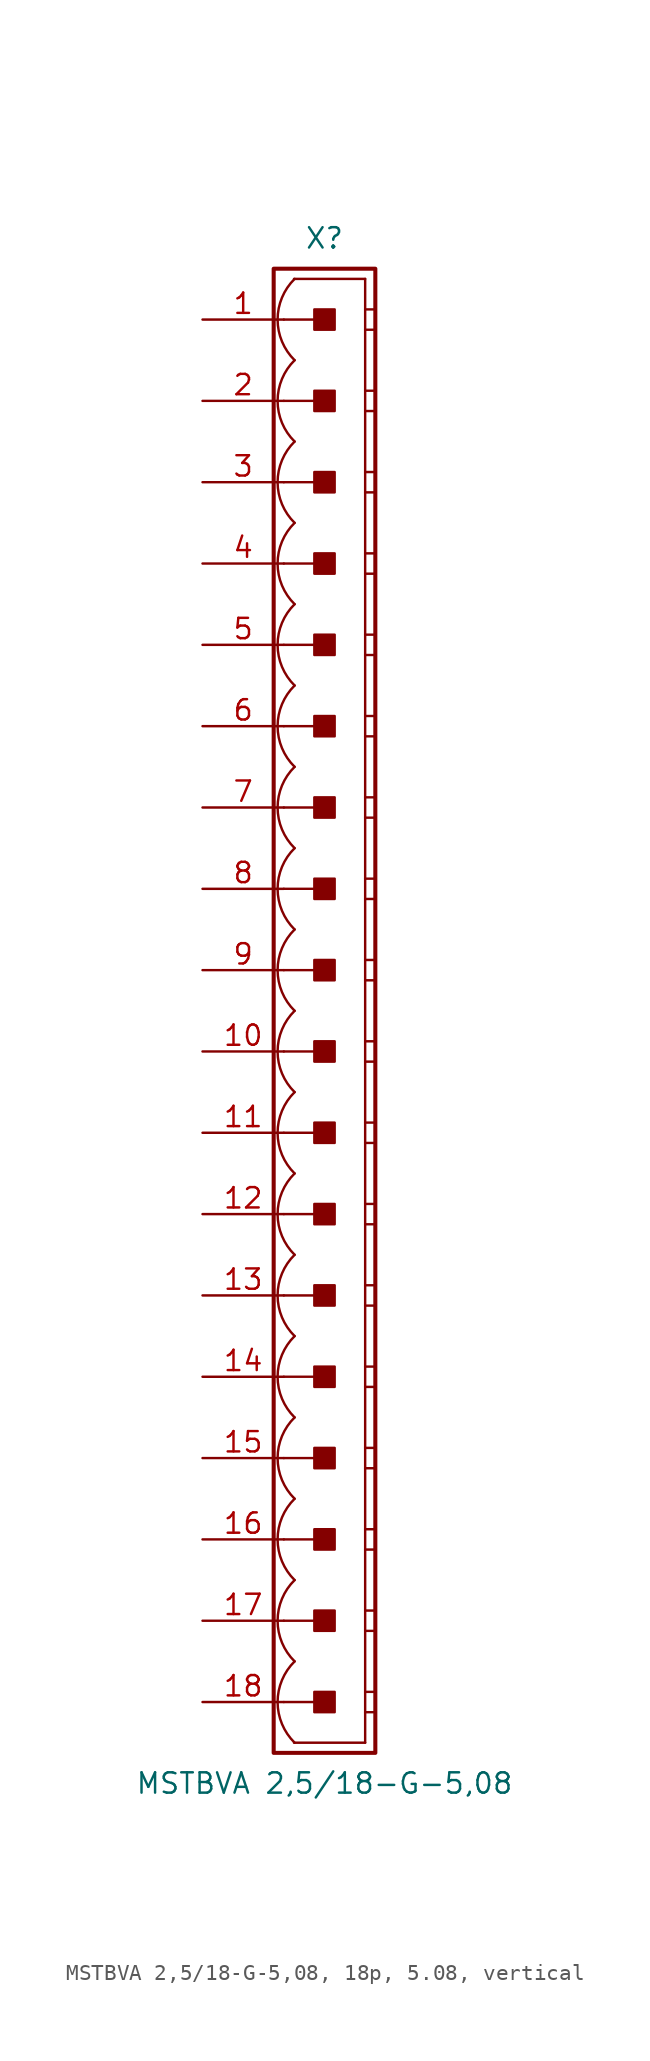
<source format=kicad_sym>
(kicad_symbol_lib
  (version 20241209)
  (generator "kicad_symbol_editor")
  (generator_version "9.0")
  (symbol "MSTBVA 2,5/18-G-5,08, 18p, 5.08, vertical"
    (pin_names
      (offset 1.016)
      (hide yes))
    (property "Reference" "X"
      (at 0 48.26 0)
      (effects (font (size 1.27 1.27))))
    (property "Value" "MSTBVA 2,5/18-G-5,08"
      (at 0 -48.26 0)
      (effects (font (size 1.27 1.27))))
    (property "Label" ""
      (at 0 0 0)
      (effects (font (size 1.27 1.27) (thickness 0.254) (bold yes))))
    (symbol "MSTBVA 2,5/18-G-5,08, 18p, 5.08, vertical_0_1"
      (polyline (pts (xy 2.54 45.72) (xy -1.905 45.72)) (stroke (width 0.152) (type default)) (fill (type none)))
      (polyline (pts (xy 2.54 45.72) (xy 2.54 -45.72)) (stroke (width 0.152) (type default)) (fill (type none)))
      (polyline (pts (xy 2.54 43.815) (xy 3.175 43.815)) (stroke (width 0.152) (type default)) (fill (type none)))
      (polyline (pts (xy 2.54 42.545) (xy 3.175 42.545)) (stroke (width 0.152) (type default)) (fill (type none)))
      (polyline (pts (xy 2.54 38.735) (xy 3.175 38.735)) (stroke (width 0.152) (type default)) (fill (type none)))
      (polyline (pts (xy 2.54 37.465) (xy 3.175 37.465)) (stroke (width 0.152) (type default)) (fill (type none)))
      (polyline (pts (xy 2.54 33.655) (xy 3.175 33.655)) (stroke (width 0.152) (type default)) (fill (type none)))
      (polyline (pts (xy 2.54 32.385) (xy 3.175 32.385)) (stroke (width 0.152) (type default)) (fill (type none)))
      (polyline (pts (xy 2.54 28.575) (xy 3.175 28.575)) (stroke (width 0.152) (type default)) (fill (type none)))
      (polyline (pts (xy 2.54 27.305) (xy 3.175 27.305)) (stroke (width 0.152) (type default)) (fill (type none)))
      (polyline (pts (xy 2.54 23.495) (xy 3.175 23.495)) (stroke (width 0.152) (type default)) (fill (type none)))
      (polyline (pts (xy 2.54 22.225) (xy 3.175 22.225)) (stroke (width 0.152) (type default)) (fill (type none)))
      (polyline (pts (xy 2.54 18.415) (xy 3.175 18.415)) (stroke (width 0.152) (type default)) (fill (type none)))
      (polyline (pts (xy 2.54 17.145) (xy 3.175 17.145)) (stroke (width 0.152) (type default)) (fill (type none)))
      (polyline (pts (xy 2.54 13.335) (xy 3.175 13.335)) (stroke (width 0.152) (type default)) (fill (type none)))
      (polyline (pts (xy 2.54 12.065) (xy 3.175 12.065)) (stroke (width 0.152) (type default)) (fill (type none)))
      (polyline (pts (xy 2.54 8.255) (xy 3.175 8.255)) (stroke (width 0.152) (type default)) (fill (type none)))
      (polyline (pts (xy 2.54 6.985) (xy 3.175 6.985)) (stroke (width 0.152) (type default)) (fill (type none)))
      (polyline (pts (xy 2.54 3.175) (xy 3.175 3.175)) (stroke (width 0.152) (type default)) (fill (type none)))
      (polyline (pts (xy 2.54 1.905) (xy 3.175 1.905)) (stroke (width 0.152) (type default)) (fill (type none)))
      (polyline (pts (xy 2.54 -1.905) (xy 3.175 -1.905)) (stroke (width 0.152) (type default)) (fill (type none)))
      (polyline (pts (xy 2.54 -3.175) (xy 3.175 -3.175)) (stroke (width 0.152) (type default)) (fill (type none)))
      (polyline (pts (xy 2.54 -6.985) (xy 3.175 -6.985)) (stroke (width 0.152) (type default)) (fill (type none)))
      (polyline (pts (xy 2.54 -8.255) (xy 3.175 -8.255)) (stroke (width 0.152) (type default)) (fill (type none)))
      (polyline (pts (xy 2.54 -12.065) (xy 3.175 -12.065)) (stroke (width 0.152) (type default)) (fill (type none)))
      (polyline (pts (xy 2.54 -13.335) (xy 3.175 -13.335)) (stroke (width 0.152) (type default)) (fill (type none)))
      (polyline (pts (xy 2.54 -17.145) (xy 3.175 -17.145)) (stroke (width 0.152) (type default)) (fill (type none)))
      (polyline (pts (xy 2.54 -18.415) (xy 3.175 -18.415)) (stroke (width 0.152) (type default)) (fill (type none)))
      (polyline (pts (xy 2.54 -22.225) (xy 3.175 -22.225)) (stroke (width 0.152) (type default)) (fill (type none)))
      (polyline (pts (xy 2.54 -23.495) (xy 3.175 -23.495)) (stroke (width 0.152) (type default)) (fill (type none)))
      (polyline (pts (xy 2.54 -27.305) (xy 3.175 -27.305)) (stroke (width 0.152) (type default)) (fill (type none)))
      (polyline (pts (xy 2.54 -28.575) (xy 3.175 -28.575)) (stroke (width 0.152) (type default)) (fill (type none)))
      (polyline (pts (xy 2.54 -32.385) (xy 3.175 -32.385)) (stroke (width 0.152) (type default)) (fill (type none)))
      (polyline (pts (xy 2.54 -33.655) (xy 3.175 -33.655)) (stroke (width 0.152) (type default)) (fill (type none)))
      (polyline (pts (xy 2.54 -37.465) (xy 3.175 -37.465)) (stroke (width 0.152) (type default)) (fill (type none)))
      (polyline (pts (xy 2.54 -38.735) (xy 3.175 -38.735)) (stroke (width 0.152) (type default)) (fill (type none)))
      (polyline (pts (xy 2.54 -42.545) (xy 3.175 -42.545)) (stroke (width 0.152) (type default)) (fill (type none)))
      (polyline (pts (xy 2.54 -43.815) (xy 3.175 -43.815)) (stroke (width 0.152) (type default)) (fill (type none)))
      (polyline (pts (xy 2.54 -45.72) (xy -1.905 -45.72)) (stroke (width 0.152) (type default)) (fill (type none))))
    (symbol "MSTBVA 2,5/18-G-5,08, 18p, 5.08, vertical_1_0"
      (polyline (pts (xy -2.54 43.18) (xy 0 43.18)) (stroke (width 0.152) (type default)) (fill (type none)))
      (polyline (pts (xy -2.54 38.1) (xy 0 38.1)) (stroke (width 0.152) (type default)) (fill (type none)))
      (polyline (pts (xy -2.54 33.02) (xy 0 33.02)) (stroke (width 0.152) (type default)) (fill (type none)))
      (polyline (pts (xy -2.54 27.94) (xy 0 27.94)) (stroke (width 0.152) (type default)) (fill (type none)))
      (polyline (pts (xy -2.54 22.86) (xy 0 22.86)) (stroke (width 0.152) (type default)) (fill (type none)))
      (polyline (pts (xy -2.54 17.78) (xy 0 17.78)) (stroke (width 0.152) (type default)) (fill (type none)))
      (polyline (pts (xy -2.54 12.7) (xy 0 12.7)) (stroke (width 0.152) (type default)) (fill (type none)))
      (polyline (pts (xy -2.54 7.62) (xy 0 7.62)) (stroke (width 0.152) (type default)) (fill (type none)))
      (polyline (pts (xy -2.54 2.54) (xy 0 2.54)) (stroke (width 0.152) (type default)) (fill (type none)))
      (polyline (pts (xy -2.54 -2.54) (xy 0 -2.54)) (stroke (width 0.152) (type default)) (fill (type none)))
      (polyline (pts (xy -2.54 -7.62) (xy 0 -7.62)) (stroke (width 0.152) (type default)) (fill (type none)))
      (polyline (pts (xy -2.54 -12.7) (xy 0 -12.7)) (stroke (width 0.152) (type default)) (fill (type none)))
      (polyline (pts (xy -2.54 -17.78) (xy 0 -17.78)) (stroke (width 0.152) (type default)) (fill (type none)))
      (polyline (pts (xy -2.54 -22.86) (xy 0 -22.86)) (stroke (width 0.152) (type default)) (fill (type none)))
      (polyline (pts (xy -2.54 -27.94) (xy 0 -27.94)) (stroke (width 0.152) (type default)) (fill (type none)))
      (polyline (pts (xy -2.54 -33.02) (xy 0 -33.02)) (stroke (width 0.152) (type default)) (fill (type none)))
      (polyline (pts (xy -2.54 -38.1) (xy 0 -38.1)) (stroke (width 0.152) (type default)) (fill (type none)))
      (polyline (pts (xy -2.54 -43.18) (xy 0 -43.18)) (stroke (width 0.152) (type default)) (fill (type none))))
    (symbol "MSTBVA 2,5/18-G-5,08, 18p, 5.08, vertical_1_1"
      (rectangle (start -3.175 46.355) (end 3.175 -46.355) (stroke (width 0.254) (type default)) (fill (type none)))
      (rectangle (start -0.635 42.545) (end 0.635 43.815) (stroke (width 0.152) (type default)) (fill (type outline)))
      (rectangle (start -0.635 37.465) (end 0.635 38.735) (stroke (width 0.152) (type default)) (fill (type outline)))
      (rectangle (start -0.635 32.385) (end 0.635 33.655) (stroke (width 0.152) (type default)) (fill (type outline)))
      (rectangle (start -0.635 27.305) (end 0.635 28.575) (stroke (width 0.152) (type default)) (fill (type outline)))
      (rectangle (start -0.635 22.225) (end 0.635 23.495) (stroke (width 0.152) (type default)) (fill (type outline)))
      (rectangle (start -0.635 17.145) (end 0.635 18.415) (stroke (width 0.152) (type default)) (fill (type outline)))
      (rectangle (start -0.635 12.065) (end 0.635 13.335) (stroke (width 0.152) (type default)) (fill (type outline)))
      (rectangle (start -0.635 6.985) (end 0.635 8.255) (stroke (width 0.152) (type default)) (fill (type outline)))
      (rectangle (start -0.635 1.905) (end 0.635 3.175) (stroke (width 0.152) (type default)) (fill (type outline)))
      (rectangle (start -0.635 -3.175) (end 0.635 -1.905) (stroke (width 0.152) (type default)) (fill (type outline)))
      (rectangle (start -0.635 -8.255) (end 0.635 -6.985) (stroke (width 0.152) (type default)) (fill (type outline)))
      (rectangle (start -0.635 -13.335) (end 0.635 -12.065) (stroke (width 0.152) (type default)) (fill (type outline)))
      (rectangle (start -0.635 -18.415) (end 0.635 -17.145) (stroke (width 0.152) (type default)) (fill (type outline)))
      (rectangle (start -0.635 -23.495) (end 0.635 -22.225) (stroke (width 0.152) (type default)) (fill (type outline)))
      (rectangle (start -0.635 -28.575) (end 0.635 -27.305) (stroke (width 0.152) (type default)) (fill (type outline)))
      (rectangle (start -0.635 -33.655) (end 0.635 -32.385) (stroke (width 0.152) (type default)) (fill (type outline)))
      (rectangle (start -0.635 -38.735) (end 0.635 -37.465) (stroke (width 0.152) (type default)) (fill (type outline)))
      (rectangle (start -0.635 -43.815) (end 0.635 -42.545) (stroke (width 0.152) (type default)) (fill (type outline)))
      (arc (start -1.8664 40.64) (mid -2.9299 43.18) (end -1.8664 45.72) (stroke (width 0.1524) (type default)) (fill (type none)))
      (arc (start -1.8664 35.56) (mid -2.9299 38.1) (end -1.8664 40.64) (stroke (width 0.1524) (type default)) (fill (type none)))
      (arc (start -1.8664 30.48) (mid -2.9299 33.02) (end -1.8664 35.56) (stroke (width 0.1524) (type default)) (fill (type none)))
      (arc (start -1.8664 25.4) (mid -2.9299 27.94) (end -1.8664 30.48) (stroke (width 0.1524) (type default)) (fill (type none)))
      (arc (start -1.8664 20.32) (mid -2.9299 22.86) (end -1.8664 25.4) (stroke (width 0.1524) (type default)) (fill (type none)))
      (arc (start -1.8664 15.24) (mid -2.9299 17.78) (end -1.8664 20.32) (stroke (width 0.1524) (type default)) (fill (type none)))
      (arc (start -1.8664 10.16) (mid -2.9299 12.7) (end -1.8664 15.24) (stroke (width 0.1524) (type default)) (fill (type none)))
      (arc (start -1.8664 5.08) (mid -2.9299 7.62) (end -1.8664 10.16) (stroke (width 0.1524) (type default)) (fill (type none)))
      (arc (start -1.8664 0) (mid -2.9299 2.54) (end -1.8664 5.08) (stroke (width 0.1524) (type default)) (fill (type none)))
      (arc (start -1.8664 -5.08) (mid -2.9299 -2.54) (end -1.8664 0) (stroke (width 0.1524) (type default)) (fill (type none)))
      (arc (start -1.8664 -10.16) (mid -2.9299 -7.62) (end -1.8664 -5.08) (stroke (width 0.1524) (type default)) (fill (type none)))
      (arc (start -1.8664 -15.24) (mid -2.9299 -12.7) (end -1.8664 -10.16) (stroke (width 0.1524) (type default)) (fill (type none)))
      (arc (start -1.8664 -20.32) (mid -2.9299 -17.78) (end -1.8664 -15.24) (stroke (width 0.1524) (type default)) (fill (type none)))
      (arc (start -1.8664 -25.4) (mid -2.9299 -22.86) (end -1.8664 -20.32) (stroke (width 0.1524) (type default)) (fill (type none)))
      (arc (start -1.8664 -30.48) (mid -2.9299 -27.94) (end -1.8664 -25.4) (stroke (width 0.1524) (type default)) (fill (type none)))
      (arc (start -1.8664 -35.56) (mid -2.9299 -33.02) (end -1.8664 -30.48) (stroke (width 0.1524) (type default)) (fill (type none)))
      (arc (start -1.8664 -40.64) (mid -2.9299 -38.1) (end -1.8664 -35.56) (stroke (width 0.1524) (type default)) (fill (type none)))
      (arc (start -1.8664 -45.72) (mid -2.9299 -43.18) (end -1.8664 -40.64) (stroke (width 0.1524) (type default)) (fill (type none)))
      (pin passive line (at -7.62 43.18 0) (length 5.08) (name "1" (effects (font (size 1.27 1.27)))) (number "1" (effects (font (size 1.27 1.27)))))
      (pin passive line (at -7.62 38.1 0) (length 5.08) (name "2" (effects (font (size 1.27 1.27)))) (number "2" (effects (font (size 1.27 1.27)))))
      (pin passive line (at -7.62 33.02 0) (length 5.08) (name "3" (effects (font (size 1.27 1.27)))) (number "3" (effects (font (size 1.27 1.27)))))
      (pin passive line (at -7.62 27.94 0) (length 5.08) (name "4" (effects (font (size 1.27 1.27)))) (number "4" (effects (font (size 1.27 1.27)))))
      (pin passive line (at -7.62 22.86 0) (length 5.08) (name "5" (effects (font (size 1.27 1.27)))) (number "5" (effects (font (size 1.27 1.27)))))
      (pin passive line (at -7.62 17.78 0) (length 5.08) (name "6" (effects (font (size 1.27 1.27)))) (number "6" (effects (font (size 1.27 1.27)))))
      (pin passive line (at -7.62 12.7 0) (length 5.08) (name "7" (effects (font (size 1.27 1.27)))) (number "7" (effects (font (size 1.27 1.27)))))
      (pin passive line (at -7.62 7.62 0) (length 5.08) (name "8" (effects (font (size 1.27 1.27)))) (number "8" (effects (font (size 1.27 1.27)))))
      (pin passive line (at -7.62 2.54 0) (length 5.08) (name "9" (effects (font (size 1.27 1.27)))) (number "9" (effects (font (size 1.27 1.27)))))
      (pin passive line (at -7.62 -2.54 0) (length 5.08) (name "10" (effects (font (size 1.27 1.27)))) (number "10" (effects (font (size 1.27 1.27)))))
      (pin passive line (at -7.62 -7.62 0) (length 5.08) (name "11" (effects (font (size 1.27 1.27)))) (number "11" (effects (font (size 1.27 1.27)))))
      (pin passive line (at -7.62 -12.7 0) (length 5.08) (name "12" (effects (font (size 1.27 1.27)))) (number "12" (effects (font (size 1.27 1.27)))))
      (pin passive line (at -7.62 -17.78 0) (length 5.08) (name "13" (effects (font (size 1.27 1.27)))) (number "13" (effects (font (size 1.27 1.27)))))
      (pin passive line (at -7.62 -22.86 0) (length 5.08) (name "14" (effects (font (size 1.27 1.27)))) (number "14" (effects (font (size 1.27 1.27)))))
      (pin passive line (at -7.62 -27.94 0) (length 5.08) (name "15" (effects (font (size 1.27 1.27)))) (number "15" (effects (font (size 1.27 1.27)))))
      (pin passive line (at -7.62 -33.02 0) (length 5.08) (name "16" (effects (font (size 1.27 1.27)))) (number "16" (effects (font (size 1.27 1.27)))))
      (pin passive line (at -7.62 -38.1 0) (length 5.08) (name "17" (effects (font (size 1.27 1.27)))) (number "17" (effects (font (size 1.27 1.27)))))
      (pin passive line (at -7.62 -43.18 0) (length 5.08) (name "18" (effects (font (size 1.27 1.27)))) (number "18" (effects (font (size 1.27 1.27))))))))
</source>
